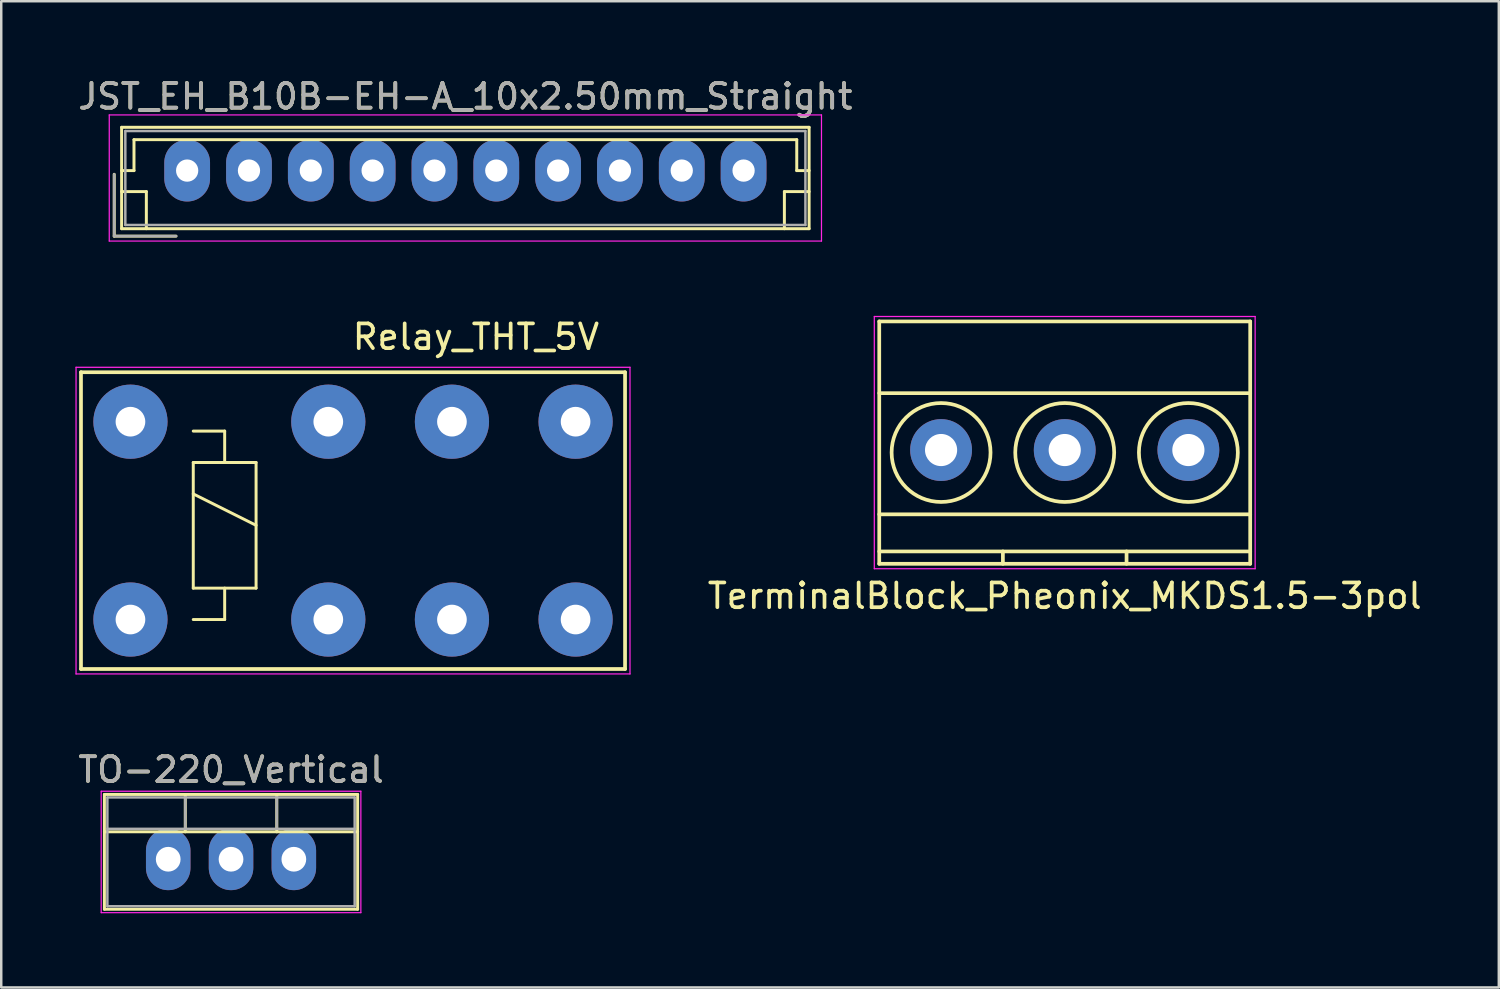
<source format=kicad_pcb>
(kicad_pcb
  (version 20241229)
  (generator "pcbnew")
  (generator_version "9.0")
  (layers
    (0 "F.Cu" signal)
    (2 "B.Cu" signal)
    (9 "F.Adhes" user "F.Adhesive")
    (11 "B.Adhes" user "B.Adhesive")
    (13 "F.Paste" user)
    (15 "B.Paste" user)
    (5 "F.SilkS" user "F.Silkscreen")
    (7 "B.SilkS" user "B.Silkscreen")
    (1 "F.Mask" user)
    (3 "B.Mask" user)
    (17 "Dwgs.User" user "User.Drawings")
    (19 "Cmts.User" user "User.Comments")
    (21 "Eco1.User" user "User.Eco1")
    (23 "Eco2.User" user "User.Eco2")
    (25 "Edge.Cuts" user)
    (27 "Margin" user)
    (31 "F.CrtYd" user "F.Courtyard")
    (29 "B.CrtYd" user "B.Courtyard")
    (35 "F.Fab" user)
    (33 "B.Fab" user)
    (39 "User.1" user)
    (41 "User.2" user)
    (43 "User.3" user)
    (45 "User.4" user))
  (footprint "TerminalBlock_Pheonix_MKDS1.5-3pol"
    (layer "F.Cu")
    (at 35.004 15.148)
    (property "Reference" "TerminalBlock_Pheonix_MKDS1.5-3pol" (at 5 5.9 0) (layer "F.SilkS") (effects (font (size 1 1) (thickness 0.15))))
    (attr through_hole)
    (fp_line (start -2.5 -5.2) (end -2.5 4.6) (stroke (width 0.15) (type solid)) (layer "F.SilkS"))
    (fp_line (start -2.5 -2.3) (end 12.5 -2.3) (stroke (width 0.15) (type solid)) (layer "F.SilkS"))
    (fp_line (start -2.5 2.6) (end 12.5 2.6) (stroke (width 0.15) (type solid)) (layer "F.SilkS"))
    (fp_line (start -2.5 4.1) (end 12.5 4.1) (stroke (width 0.15) (type solid)) (layer "F.SilkS"))
    (fp_line (start -2.5 4.6) (end 12.5 4.6) (stroke (width 0.15) (type solid)) (layer "F.SilkS"))
    (fp_line (start 2.5 4.1) (end 2.5 4.6) (stroke (width 0.15) (type solid)) (layer "F.SilkS"))
    (fp_line (start 7.5 4.1) (end 7.5 4.6) (stroke (width 0.15) (type solid)) (layer "F.SilkS"))
    (fp_line (start 12.5 -5.2) (end -2.5 -5.2) (stroke (width 0.15) (type solid)) (layer "F.SilkS"))
    (fp_line (start 12.5 4.6) (end 12.5 -5.2) (stroke (width 0.15) (type solid)) (layer "F.SilkS"))
    (fp_circle (center 0 0.1) (end 2 0.1) (stroke (width 0.15) (type solid)) (fill no) (layer "F.SilkS"))
    (fp_circle (center 5 0.1) (end 3 0.1) (stroke (width 0.15) (type solid)) (fill no) (layer "F.SilkS"))
    (fp_circle (center 10 0.1) (end 8 0.1) (stroke (width 0.15) (type solid)) (fill no) (layer "F.SilkS"))
    (fp_line (start -2.7 -5.4) (end 12.7 -5.4) (stroke (width 0.05) (type solid)) (layer "F.CrtYd"))
    (fp_line (start -2.7 4.8) (end -2.7 -5.4) (stroke (width 0.05) (type solid)) (layer "F.CrtYd"))
    (fp_line (start 12.7 -5.4) (end 12.7 4.8) (stroke (width 0.05) (type solid)) (layer "F.CrtYd"))
    (fp_line (start 12.7 4.8) (end -2.7 4.8) (stroke (width 0.05) (type solid)) (layer "F.CrtYd"))
    (pad "1" thru_hole circle (at 0 0) (size 2.5 2.5) (drill 1.3) (layers "*.Cu" "*.Mask"))
    (pad "2" thru_hole circle (at 5 0) (size 2.5 2.5) (drill 1.3) (layers "*.Cu" "*.Mask"))
    (pad "3" thru_hole circle (at 10 0) (size 2.5 2.5) (drill 1.3) (layers "*.Cu" "*.Mask")))
  (footprint "Relay_THT_5V"
    (layer "F.Cu")
    (at 2.225 22.002)
    (property "Reference" "Relay_THT_5V" (at 13.97 -11.43 0) (layer "F.SilkS") (effects (font (size 1 1) (thickness 0.15))))
    (attr through_hole)
    (fp_line (start -2 -10) (end -2 2) (stroke (width 0.15) (type solid)) (layer "F.SilkS"))
    (fp_line (start -2 2) (end 20 2) (stroke (width 0.15) (type solid)) (layer "F.SilkS"))
    (fp_line (start 2.54 -7.62) (end 3.81 -7.62) (stroke (width 0.12) (type solid)) (layer "F.SilkS"))
    (fp_line (start 2.54 -6.35) (end 3.81 -6.35) (stroke (width 0.12) (type solid)) (layer "F.SilkS"))
    (fp_line (start 2.54 -5.08) (end 5.08 -3.81) (stroke (width 0.12) (type solid)) (layer "F.SilkS"))
    (fp_line (start 2.54 -1.27) (end 2.54 -6.35) (stroke (width 0.12) (type solid)) (layer "F.SilkS"))
    (fp_line (start 3.81 -7.62) (end 3.81 -6.35) (stroke (width 0.12) (type solid)) (layer "F.SilkS"))
    (fp_line (start 3.81 -6.35) (end 5.08 -6.35) (stroke (width 0.12) (type solid)) (layer "F.SilkS"))
    (fp_line (start 3.81 -1.27) (end 3.81 0) (stroke (width 0.12) (type solid)) (layer "F.SilkS"))
    (fp_line (start 3.81 0) (end 2.54 0) (stroke (width 0.12) (type solid)) (layer "F.SilkS"))
    (fp_line (start 5.08 -6.35) (end 5.08 -1.27) (stroke (width 0.12) (type solid)) (layer "F.SilkS"))
    (fp_line (start 5.08 -1.27) (end 2.54 -1.27) (stroke (width 0.12) (type solid)) (layer "F.SilkS"))
    (fp_line (start 20 -10) (end -2 -10) (stroke (width 0.15) (type solid)) (layer "F.SilkS"))
    (fp_line (start 20 2) (end 20 -10) (stroke (width 0.15) (type solid)) (layer "F.SilkS"))
    (fp_line (start -2.2 -10.2) (end 20.2 -10.2) (stroke (width 0.05) (type solid)) (layer "F.CrtYd"))
    (fp_line (start -2.2 2.2) (end -2.2 -10.2) (stroke (width 0.05) (type solid)) (layer "F.CrtYd"))
    (fp_line (start 20.2 -10.2) (end 20.2 2.2) (stroke (width 0.05) (type solid)) (layer "F.CrtYd"))
    (fp_line (start 20.2 2.2) (end -2.2 2.2) (stroke (width 0.05) (type solid)) (layer "F.CrtYd"))
    (pad "1" thru_hole circle (at 0 -8) (size 3 3) (drill 1.199) (layers "*.Cu" "*.Mask"))
    (pad "4" thru_hole circle (at 8 -8) (size 3 3) (drill 1.199) (layers "*.Cu" "*.Mask"))
    (pad "6" thru_hole circle (at 13 -8) (size 3 3) (drill 1.199) (layers "*.Cu" "*.Mask"))
    (pad "8" thru_hole circle (at 18 -8) (size 3 3) (drill 1.199) (layers "*.Cu" "*.Mask"))
    (pad "9" thru_hole circle (at 18 0) (size 3 3) (drill 1.199) (layers "*.Cu" "*.Mask"))
    (pad "11" thru_hole circle (at 13 0) (size 3 3) (drill 1.199) (layers "*.Cu" "*.Mask"))
    (pad "13" thru_hole circle (at 8 0) (size 3 3) (drill 1.199) (layers "*.Cu" "*.Mask"))
    (pad "16" thru_hole circle (at 0 0) (size 3 3) (drill 1.199) (layers "*.Cu" "*.Mask")))
  (footprint "TO-220_Vertical"
    (layer "F.Cu")
    (at 3.752 31.695)
    (property "Reference" "TO-220_Vertical" (at 2.54 -3.62 0) (layer "F.SilkS") (effects (font (size 1 1) (thickness 0.15))))
    (attr through_hole)
    (fp_line (start -2.58 -2.62) (end -2.58 2.021) (stroke (width 0.12) (type solid)) (layer "F.SilkS"))
    (fp_line (start -2.58 -2.62) (end 7.66 -2.62) (stroke (width 0.12) (type solid)) (layer "F.SilkS"))
    (fp_line (start -2.58 -1.11) (end 7.66 -1.11) (stroke (width 0.12) (type solid)) (layer "F.SilkS"))
    (fp_line (start -2.58 2.021) (end 7.66 2.021) (stroke (width 0.12) (type solid)) (layer "F.SilkS"))
    (fp_line (start 0.69 -2.62) (end 0.69 -1.11) (stroke (width 0.12) (type solid)) (layer "F.SilkS"))
    (fp_line (start 4.391 -2.62) (end 4.391 -1.11) (stroke (width 0.12) (type solid)) (layer "F.SilkS"))
    (fp_line (start 7.66 -2.62) (end 7.66 2.021) (stroke (width 0.12) (type solid)) (layer "F.SilkS"))
    (fp_line (start -2.71 -2.75) (end -2.71 2.16) (stroke (width 0.05) (type solid)) (layer "F.CrtYd"))
    (fp_line (start -2.71 2.16) (end 7.79 2.16) (stroke (width 0.05) (type solid)) (layer "F.CrtYd"))
    (fp_line (start 7.79 -2.75) (end -2.71 -2.75) (stroke (width 0.05) (type solid)) (layer "F.CrtYd"))
    (fp_line (start 7.79 2.16) (end 7.79 -2.75) (stroke (width 0.05) (type solid)) (layer "F.CrtYd"))
    (fp_line (start -2.46 -2.5) (end -2.46 1.9) (stroke (width 0.1) (type solid)) (layer "F.Fab"))
    (fp_line (start -2.46 -1.23) (end 7.54 -1.23) (stroke (width 0.1) (type solid)) (layer "F.Fab"))
    (fp_line (start -2.46 1.9) (end 7.54 1.9) (stroke (width 0.1) (type solid)) (layer "F.Fab"))
    (fp_line (start 0.69 -2.5) (end 0.69 -1.23) (stroke (width 0.1) (type solid)) (layer "F.Fab"))
    (fp_line (start 4.39 -2.5) (end 4.39 -1.23) (stroke (width 0.1) (type solid)) (layer "F.Fab"))
    (fp_line (start 7.54 -2.5) (end -2.46 -2.5) (stroke (width 0.1) (type solid)) (layer "F.Fab"))
    (fp_line (start 7.54 1.9) (end 7.54 -2.5) (stroke (width 0.1) (type solid)) (layer "F.Fab"))
    (fp_text user "${REFERENCE}" (at 2.54 -3.62 0) (layer "F.Fab") (effects (font (size 1 1) (thickness 0.15))))
    (pad "1" thru_hole oval (at 0 0) (size 1.8 2.5) (drill 1) (layers "*.Cu" "*.Mask"))
    (pad "2" thru_hole oval (at 2.54 0) (size 1.8 2.5) (drill 1) (layers "*.Cu" "*.Mask"))
    (pad "3" thru_hole oval (at 5.08 0) (size 1.8 2.5) (drill 1) (layers "*.Cu" "*.Mask")))
  (footprint "JST_EH_B10B-EH-A_10x2.50mm_Straight"
    (layer "F.Cu")
    (at 4.518 3.848)
    (property "Reference" "JST_EH_B10B-EH-A_10x2.50mm_Straight" (at 11.25 -3 0) (layer "F.SilkS") (effects (font (size 1 1) (thickness 0.15))))
    (attr through_hole)
    (fp_line (start -2.95 0.15) (end -2.95 2.65) (stroke (width 0.12) (type solid)) (layer "F.SilkS"))
    (fp_line (start -2.95 2.65) (end -0.45 2.65) (stroke (width 0.12) (type solid)) (layer "F.SilkS"))
    (fp_line (start -2.65 -1.75) (end -2.65 2.35) (stroke (width 0.12) (type solid)) (layer "F.SilkS"))
    (fp_line (start -2.65 0) (end -2.15 0) (stroke (width 0.12) (type solid)) (layer "F.SilkS"))
    (fp_line (start -2.65 0.85) (end -1.65 0.85) (stroke (width 0.12) (type solid)) (layer "F.SilkS"))
    (fp_line (start -2.65 2.35) (end 25.15 2.35) (stroke (width 0.12) (type solid)) (layer "F.SilkS"))
    (fp_line (start -2.15 -1.25) (end 24.65 -1.25) (stroke (width 0.12) (type solid)) (layer "F.SilkS"))
    (fp_line (start -2.15 0) (end -2.15 -1.25) (stroke (width 0.12) (type solid)) (layer "F.SilkS"))
    (fp_line (start -1.65 0.85) (end -1.65 2.35) (stroke (width 0.12) (type solid)) (layer "F.SilkS"))
    (fp_line (start 24.15 0.85) (end 24.15 2.35) (stroke (width 0.12) (type solid)) (layer "F.SilkS"))
    (fp_line (start 24.65 -1.25) (end 24.65 0) (stroke (width 0.12) (type solid)) (layer "F.SilkS"))
    (fp_line (start 24.65 0) (end 25.15 0) (stroke (width 0.12) (type solid)) (layer "F.SilkS"))
    (fp_line (start 25.15 -1.75) (end -2.65 -1.75) (stroke (width 0.12) (type solid)) (layer "F.SilkS"))
    (fp_line (start 25.15 0.85) (end 24.15 0.85) (stroke (width 0.12) (type solid)) (layer "F.SilkS"))
    (fp_line (start 25.15 2.35) (end 25.15 -1.75) (stroke (width 0.12) (type solid)) (layer "F.SilkS"))
    (fp_line (start -3.15 -2.25) (end -3.15 2.85) (stroke (width 0.05) (type solid)) (layer "F.CrtYd"))
    (fp_line (start -3.15 2.85) (end 25.65 2.85) (stroke (width 0.05) (type solid)) (layer "F.CrtYd"))
    (fp_line (start 25.65 -2.25) (end -3.15 -2.25) (stroke (width 0.05) (type solid)) (layer "F.CrtYd"))
    (fp_line (start 25.65 2.85) (end 25.65 -2.25) (stroke (width 0.05) (type solid)) (layer "F.CrtYd"))
    (fp_line (start -2.95 0.15) (end -2.95 2.65) (stroke (width 0.1) (type solid)) (layer "F.Fab"))
    (fp_line (start -2.95 2.65) (end -0.45 2.65) (stroke (width 0.1) (type solid)) (layer "F.Fab"))
    (fp_line (start -2.5 -1.6) (end -2.5 2.2) (stroke (width 0.1) (type solid)) (layer "F.Fab"))
    (fp_line (start -2.5 2.2) (end 25 2.2) (stroke (width 0.1) (type solid)) (layer "F.Fab"))
    (fp_line (start 25 -1.6) (end -2.5 -1.6) (stroke (width 0.1) (type solid)) (layer "F.Fab"))
    (fp_line (start 25 2.2) (end 25 -1.6) (stroke (width 0.1) (type solid)) (layer "F.Fab"))
    (fp_text user "${REFERENCE}" (at 11.25 -3 0) (layer "F.Fab") (effects (font (size 1 1) (thickness 0.15))))
    (pad "1" thru_hole oval (at 0 0) (size 1.85 2.5) (drill 0.9) (layers "*.Cu" "*.Mask"))
    (pad "2" thru_hole oval (at 2.5 0) (size 1.85 2.5) (drill 0.9) (layers "*.Cu" "*.Mask"))
    (pad "3" thru_hole oval (at 5 0) (size 1.85 2.5) (drill 0.9) (layers "*.Cu" "*.Mask"))
    (pad "4" thru_hole oval (at 7.5 0) (size 1.85 2.5) (drill 0.9) (layers "*.Cu" "*.Mask"))
    (pad "5" thru_hole oval (at 10 0) (size 1.85 2.5) (drill 0.9) (layers "*.Cu" "*.Mask"))
    (pad "6" thru_hole oval (at 12.5 0) (size 1.85 2.5) (drill 0.9) (layers "*.Cu" "*.Mask"))
    (pad "7" thru_hole oval (at 15 0) (size 1.85 2.5) (drill 0.9) (layers "*.Cu" "*.Mask"))
    (pad "8" thru_hole oval (at 17.5 0) (size 1.85 2.5) (drill 0.9) (layers "*.Cu" "*.Mask"))
    (pad "9" thru_hole oval (at 20 0) (size 1.85 2.5) (drill 0.9) (layers "*.Cu" "*.Mask"))
    (pad "10" thru_hole oval (at 22.5 0) (size 1.85 2.5) (drill 0.9) (layers "*.Cu" "*.Mask")))
  (gr_rect
    (start -3 -3)
    (end 57.557 36.88)
    (stroke (width 0.1) (type default))
    (fill no)
    (layer "Edge.Cuts")))
</source>
